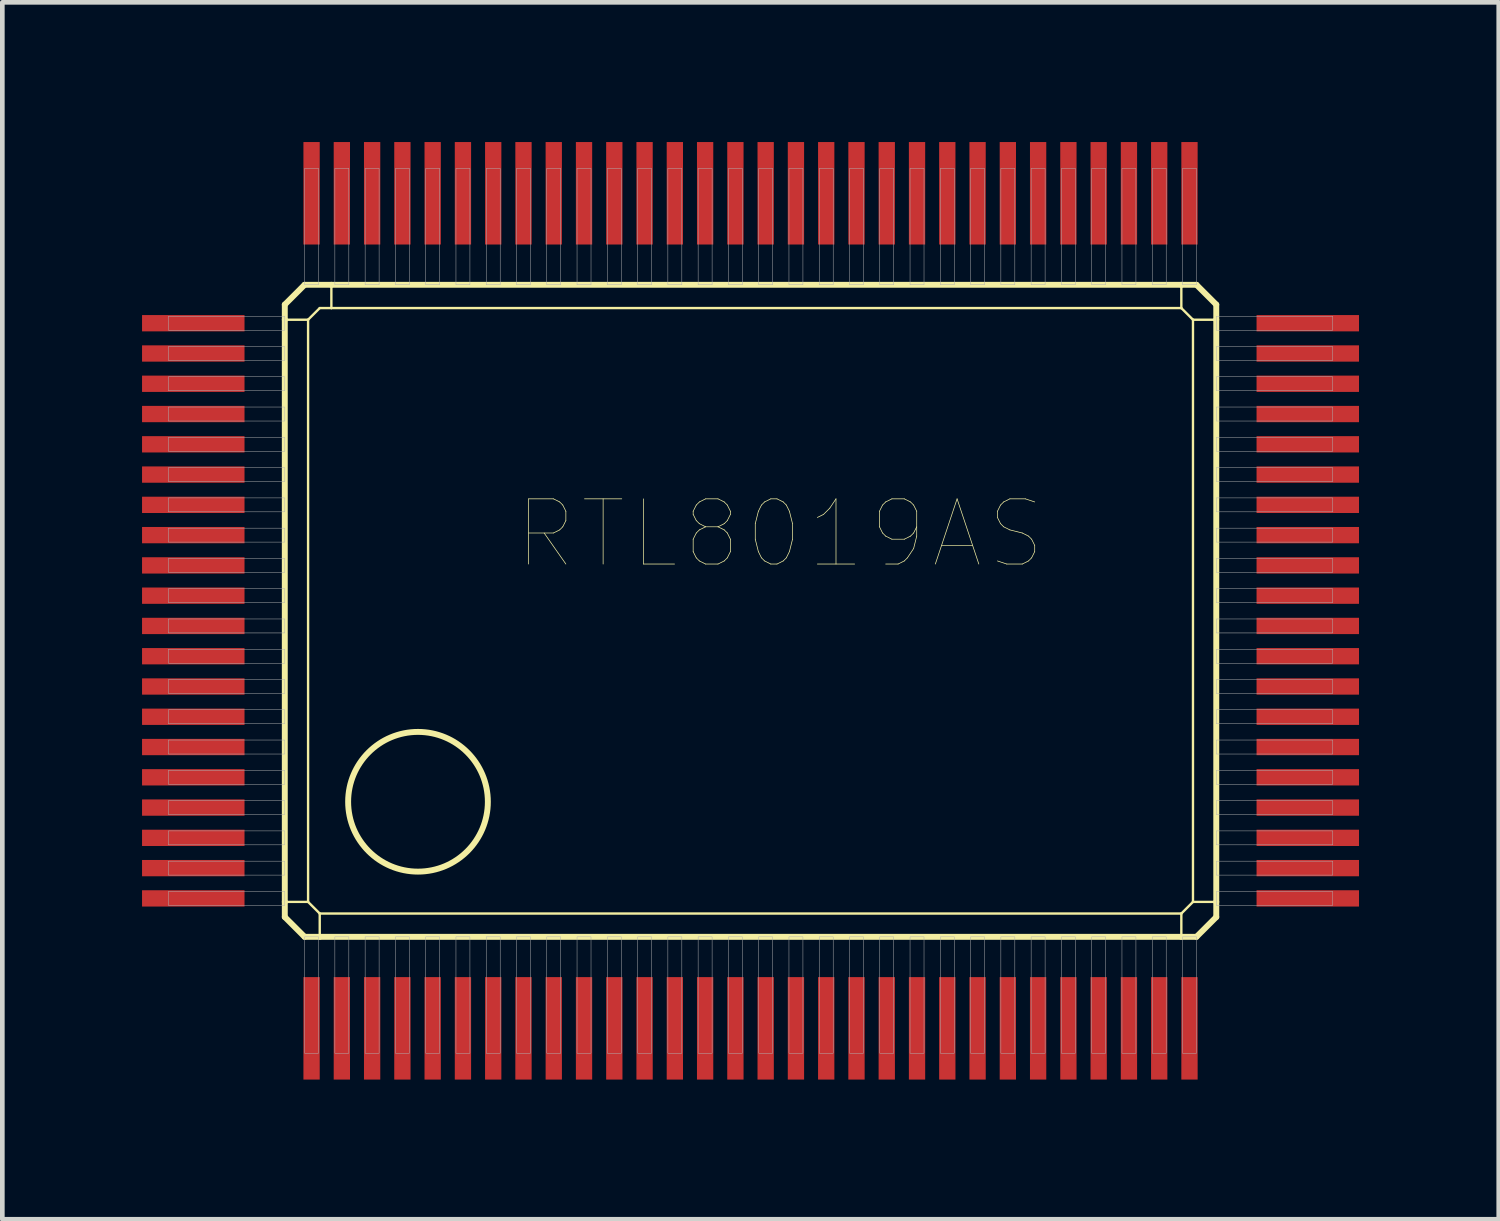
<source format=kicad_pcb>
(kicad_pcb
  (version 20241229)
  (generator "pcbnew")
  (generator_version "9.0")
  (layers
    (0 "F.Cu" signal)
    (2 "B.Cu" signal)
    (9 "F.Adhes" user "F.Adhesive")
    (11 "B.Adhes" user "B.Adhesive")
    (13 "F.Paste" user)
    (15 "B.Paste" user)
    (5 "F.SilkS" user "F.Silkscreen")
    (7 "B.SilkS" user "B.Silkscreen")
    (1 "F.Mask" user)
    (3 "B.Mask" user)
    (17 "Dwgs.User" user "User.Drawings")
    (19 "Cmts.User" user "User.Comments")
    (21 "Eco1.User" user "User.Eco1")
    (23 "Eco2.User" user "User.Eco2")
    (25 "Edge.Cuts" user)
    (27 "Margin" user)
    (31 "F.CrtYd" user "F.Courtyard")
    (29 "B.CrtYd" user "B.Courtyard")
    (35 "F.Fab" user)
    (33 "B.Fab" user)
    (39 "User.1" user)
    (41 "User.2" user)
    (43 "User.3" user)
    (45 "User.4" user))
  (footprint "RTL8019AS"
    (layer "F.Cu")
    (at 13.065 10.065)
    (property "Reference" "RTL8019AS" (at 0.635 -1.651 0) (layer "F.SilkS") (effects (font (size 1.4 1.4) (thickness 0.015))))
    (attr through_hole)
    (fp_line (start -10 -6.575) (end -9.575 -7) (stroke (width 0.127) (type solid)) (layer "F.SilkS"))
    (fp_line (start -10 -6.25) (end -10 -6.575) (stroke (width 0.127) (type solid)) (layer "F.SilkS"))
    (fp_line (start -10 -6.25) (end -9.5 -6.25) (stroke (width 0.051) (type solid)) (layer "F.SilkS"))
    (fp_line (start -10 6.25) (end -10 -6.25) (stroke (width 0.127) (type solid)) (layer "F.SilkS"))
    (fp_line (start -10 6.25) (end -9.5 6.25) (stroke (width 0.051) (type solid)) (layer "F.SilkS"))
    (fp_line (start -10 6.575) (end -10 6.25) (stroke (width 0.127) (type solid)) (layer "F.SilkS"))
    (fp_line (start -9.575 -7) (end -9 -7) (stroke (width 0.127) (type solid)) (layer "F.SilkS"))
    (fp_line (start -9.575 7) (end -10 6.575) (stroke (width 0.127) (type solid)) (layer "F.SilkS"))
    (fp_line (start -9.5 -6.25) (end -9.25 -6.5) (stroke (width 0.051) (type solid)) (layer "F.SilkS"))
    (fp_line (start -9.5 6.25) (end -9.5 -6.25) (stroke (width 0.051) (type solid)) (layer "F.SilkS"))
    (fp_line (start -9.25 -6.5) (end -9 -6.5) (stroke (width 0.051) (type solid)) (layer "F.SilkS"))
    (fp_line (start -9.25 6.5) (end -9.5 6.25) (stroke (width 0.051) (type solid)) (layer "F.SilkS"))
    (fp_line (start -9.25 7) (end -9.575 7) (stroke (width 0.127) (type solid)) (layer "F.SilkS"))
    (fp_line (start -9.25 7) (end -9.25 6.5) (stroke (width 0.051) (type solid)) (layer "F.SilkS"))
    (fp_line (start -9 -7) (end -9 -6.5) (stroke (width 0.051) (type solid)) (layer "F.SilkS"))
    (fp_line (start -9 -7) (end 9.25 -7) (stroke (width 0.127) (type solid)) (layer "F.SilkS"))
    (fp_line (start -9 -6.5) (end 9.25 -6.5) (stroke (width 0.051) (type solid)) (layer "F.SilkS"))
    (fp_line (start 9.25 -7) (end 9.25 -6.5) (stroke (width 0.051) (type solid)) (layer "F.SilkS"))
    (fp_line (start 9.25 -7) (end 9.575 -7) (stroke (width 0.127) (type solid)) (layer "F.SilkS"))
    (fp_line (start 9.25 -6.5) (end 9.5 -6.25) (stroke (width 0.051) (type solid)) (layer "F.SilkS"))
    (fp_line (start 9.25 6.5) (end -9.25 6.5) (stroke (width 0.051) (type solid)) (layer "F.SilkS"))
    (fp_line (start 9.25 6.5) (end 9.25 7) (stroke (width 0.051) (type solid)) (layer "F.SilkS"))
    (fp_line (start 9.25 7) (end -9.25 7) (stroke (width 0.127) (type solid)) (layer "F.SilkS"))
    (fp_line (start 9.5 -6.25) (end 9.5 6.25) (stroke (width 0.051) (type solid)) (layer "F.SilkS"))
    (fp_line (start 9.5 6.25) (end 9.25 6.5) (stroke (width 0.051) (type solid)) (layer "F.SilkS"))
    (fp_line (start 9.575 -7) (end 10 -6.575) (stroke (width 0.127) (type solid)) (layer "F.SilkS"))
    (fp_line (start 9.575 7) (end 9.25 7) (stroke (width 0.127) (type solid)) (layer "F.SilkS"))
    (fp_line (start 10 -6.575) (end 10 -6.25) (stroke (width 0.127) (type solid)) (layer "F.SilkS"))
    (fp_line (start 10 -6.25) (end 9.5 -6.25) (stroke (width 0.051) (type solid)) (layer "F.SilkS"))
    (fp_line (start 10 -6.25) (end 10 6.25) (stroke (width 0.127) (type solid)) (layer "F.SilkS"))
    (fp_line (start 10 6.25) (end 9.5 6.25) (stroke (width 0.051) (type solid)) (layer "F.SilkS"))
    (fp_line (start 10 6.25) (end 10 6.575) (stroke (width 0.127) (type solid)) (layer "F.SilkS"))
    (fp_line (start 10 6.575) (end 9.575 7) (stroke (width 0.127) (type solid)) (layer "F.SilkS"))
    (fp_circle (center -7.14 4.1) (end -5.64 4.1) (stroke (width 0.127) (type solid)) (fill no) (layer "F.SilkS"))
    (fp_poly (pts (xy -12.5 -6.325) (xy -10 -6.325) (xy -10 -6.025) (xy -12.5 -6.025)) (stroke (width 0.01) (type solid)) (fill no) (layer "F.Fab"))
    (fp_poly (pts (xy -12.5 -5.675) (xy -10 -5.675) (xy -10 -5.375) (xy -12.5 -5.375)) (stroke (width 0.01) (type solid)) (fill no) (layer "F.Fab"))
    (fp_poly (pts (xy -12.5 -5.025) (xy -10 -5.025) (xy -10 -4.725) (xy -12.5 -4.725)) (stroke (width 0.01) (type solid)) (fill no) (layer "F.Fab"))
    (fp_poly (pts (xy -12.5 -4.375) (xy -10 -4.375) (xy -10 -4.075) (xy -12.5 -4.075)) (stroke (width 0.01) (type solid)) (fill no) (layer "F.Fab"))
    (fp_poly (pts (xy -12.5 -3.725) (xy -10 -3.725) (xy -10 -3.425) (xy -12.5 -3.425)) (stroke (width 0.01) (type solid)) (fill no) (layer "F.Fab"))
    (fp_poly (pts (xy -12.5 -3.075) (xy -10 -3.075) (xy -10 -2.775) (xy -12.5 -2.775)) (stroke (width 0.01) (type solid)) (fill no) (layer "F.Fab"))
    (fp_poly (pts (xy -12.5 -2.425) (xy -10 -2.425) (xy -10 -2.125) (xy -12.5 -2.125)) (stroke (width 0.01) (type solid)) (fill no) (layer "F.Fab"))
    (fp_poly (pts (xy -12.5 -1.775) (xy -10 -1.775) (xy -10 -1.475) (xy -12.5 -1.475)) (stroke (width 0.01) (type solid)) (fill no) (layer "F.Fab"))
    (fp_poly (pts (xy -12.5 -1.125) (xy -10 -1.125) (xy -10 -0.825) (xy -12.5 -0.825)) (stroke (width 0.01) (type solid)) (fill no) (layer "F.Fab"))
    (fp_poly (pts (xy -12.5 -0.475) (xy -10 -0.475) (xy -10 -0.175) (xy -12.5 -0.175)) (stroke (width 0.01) (type solid)) (fill no) (layer "F.Fab"))
    (fp_poly (pts (xy -12.5 0.175) (xy -10 0.175) (xy -10 0.475) (xy -12.5 0.475)) (stroke (width 0.01) (type solid)) (fill no) (layer "F.Fab"))
    (fp_poly (pts (xy -12.5 0.825) (xy -10 0.825) (xy -10 1.125) (xy -12.5 1.125)) (stroke (width 0.01) (type solid)) (fill no) (layer "F.Fab"))
    (fp_poly (pts (xy -12.5 1.475) (xy -10 1.475) (xy -10 1.775) (xy -12.5 1.775)) (stroke (width 0.01) (type solid)) (fill no) (layer "F.Fab"))
    (fp_poly (pts (xy -12.5 2.125) (xy -10 2.125) (xy -10 2.425) (xy -12.5 2.425)) (stroke (width 0.01) (type solid)) (fill no) (layer "F.Fab"))
    (fp_poly (pts (xy -12.5 2.775) (xy -10 2.775) (xy -10 3.075) (xy -12.5 3.075)) (stroke (width 0.01) (type solid)) (fill no) (layer "F.Fab"))
    (fp_poly (pts (xy -12.5 3.425) (xy -10 3.425) (xy -10 3.725) (xy -12.5 3.725)) (stroke (width 0.01) (type solid)) (fill no) (layer "F.Fab"))
    (fp_poly (pts (xy -12.5 4.075) (xy -10 4.075) (xy -10 4.375) (xy -12.5 4.375)) (stroke (width 0.01) (type solid)) (fill no) (layer "F.Fab"))
    (fp_poly (pts (xy -12.5 4.725) (xy -10 4.725) (xy -10 5.025) (xy -12.5 5.025)) (stroke (width 0.01) (type solid)) (fill no) (layer "F.Fab"))
    (fp_poly (pts (xy -12.5 5.375) (xy -10 5.375) (xy -10 5.675) (xy -12.5 5.675)) (stroke (width 0.01) (type solid)) (fill no) (layer "F.Fab"))
    (fp_poly (pts (xy -12.5 6.025) (xy -10 6.025) (xy -10 6.325) (xy -12.5 6.325)) (stroke (width 0.01) (type solid)) (fill no) (layer "F.Fab"))
    (fp_poly (pts (xy -9.575 -9.5) (xy -9.275 -9.5) (xy -9.275 -7) (xy -9.575 -7)) (stroke (width 0.01) (type solid)) (fill no) (layer "F.Fab"))
    (fp_poly (pts (xy -9.575 7) (xy -9.275 7) (xy -9.275 9.5) (xy -9.575 9.5)) (stroke (width 0.01) (type solid)) (fill no) (layer "F.Fab"))
    (fp_poly (pts (xy -8.925 -9.5) (xy -8.625 -9.5) (xy -8.625 -7) (xy -8.925 -7)) (stroke (width 0.01) (type solid)) (fill no) (layer "F.Fab"))
    (fp_poly (pts (xy -8.925 7) (xy -8.625 7) (xy -8.625 9.5) (xy -8.925 9.5)) (stroke (width 0.01) (type solid)) (fill no) (layer "F.Fab"))
    (fp_poly (pts (xy -8.275 -9.5) (xy -7.975 -9.5) (xy -7.975 -7) (xy -8.275 -7)) (stroke (width 0.01) (type solid)) (fill no) (layer "F.Fab"))
    (fp_poly (pts (xy -8.275 7) (xy -7.975 7) (xy -7.975 9.5) (xy -8.275 9.5)) (stroke (width 0.01) (type solid)) (fill no) (layer "F.Fab"))
    (fp_poly (pts (xy -7.625 -9.5) (xy -7.325 -9.5) (xy -7.325 -7) (xy -7.625 -7)) (stroke (width 0.01) (type solid)) (fill no) (layer "F.Fab"))
    (fp_poly (pts (xy -7.625 7) (xy -7.325 7) (xy -7.325 9.5) (xy -7.625 9.5)) (stroke (width 0.01) (type solid)) (fill no) (layer "F.Fab"))
    (fp_poly (pts (xy -6.975 -9.5) (xy -6.675 -9.5) (xy -6.675 -7) (xy -6.975 -7)) (stroke (width 0.01) (type solid)) (fill no) (layer "F.Fab"))
    (fp_poly (pts (xy -6.975 7) (xy -6.675 7) (xy -6.675 9.5) (xy -6.975 9.5)) (stroke (width 0.01) (type solid)) (fill no) (layer "F.Fab"))
    (fp_poly (pts (xy -6.325 -9.5) (xy -6.025 -9.5) (xy -6.025 -7) (xy -6.325 -7)) (stroke (width 0.01) (type solid)) (fill no) (layer "F.Fab"))
    (fp_poly (pts (xy -6.325 7) (xy -6.025 7) (xy -6.025 9.5) (xy -6.325 9.5)) (stroke (width 0.01) (type solid)) (fill no) (layer "F.Fab"))
    (fp_poly (pts (xy -5.675 -9.5) (xy -5.375 -9.5) (xy -5.375 -7) (xy -5.675 -7)) (stroke (width 0.01) (type solid)) (fill no) (layer "F.Fab"))
    (fp_poly (pts (xy -5.675 7) (xy -5.375 7) (xy -5.375 9.5) (xy -5.675 9.5)) (stroke (width 0.01) (type solid)) (fill no) (layer "F.Fab"))
    (fp_poly (pts (xy -5.025 -9.5) (xy -4.725 -9.5) (xy -4.725 -7) (xy -5.025 -7)) (stroke (width 0.01) (type solid)) (fill no) (layer "F.Fab"))
    (fp_poly (pts (xy -5.025 7) (xy -4.725 7) (xy -4.725 9.5) (xy -5.025 9.5)) (stroke (width 0.01) (type solid)) (fill no) (layer "F.Fab"))
    (fp_poly (pts (xy -4.375 -9.5) (xy -4.075 -9.5) (xy -4.075 -7) (xy -4.375 -7)) (stroke (width 0.01) (type solid)) (fill no) (layer "F.Fab"))
    (fp_poly (pts (xy -4.375 7) (xy -4.075 7) (xy -4.075 9.5) (xy -4.375 9.5)) (stroke (width 0.01) (type solid)) (fill no) (layer "F.Fab"))
    (fp_poly (pts (xy -3.725 -9.5) (xy -3.425 -9.5) (xy -3.425 -7) (xy -3.725 -7)) (stroke (width 0.01) (type solid)) (fill no) (layer "F.Fab"))
    (fp_poly (pts (xy -3.725 7) (xy -3.425 7) (xy -3.425 9.5) (xy -3.725 9.5)) (stroke (width 0.01) (type solid)) (fill no) (layer "F.Fab"))
    (fp_poly (pts (xy -3.075 -9.5) (xy -2.775 -9.5) (xy -2.775 -7) (xy -3.075 -7)) (stroke (width 0.01) (type solid)) (fill no) (layer "F.Fab"))
    (fp_poly (pts (xy -3.075 7) (xy -2.775 7) (xy -2.775 9.5) (xy -3.075 9.5)) (stroke (width 0.01) (type solid)) (fill no) (layer "F.Fab"))
    (fp_poly (pts (xy -2.425 -9.5) (xy -2.125 -9.5) (xy -2.125 -7) (xy -2.425 -7)) (stroke (width 0.01) (type solid)) (fill no) (layer "F.Fab"))
    (fp_poly (pts (xy -2.425 7) (xy -2.125 7) (xy -2.125 9.5) (xy -2.425 9.5)) (stroke (width 0.01) (type solid)) (fill no) (layer "F.Fab"))
    (fp_poly (pts (xy -1.775 -9.5) (xy -1.475 -9.5) (xy -1.475 -7) (xy -1.775 -7)) (stroke (width 0.01) (type solid)) (fill no) (layer "F.Fab"))
    (fp_poly (pts (xy -1.775 7) (xy -1.475 7) (xy -1.475 9.5) (xy -1.775 9.5)) (stroke (width 0.01) (type solid)) (fill no) (layer "F.Fab"))
    (fp_poly (pts (xy -1.125 -9.5) (xy -0.825 -9.5) (xy -0.825 -7) (xy -1.125 -7)) (stroke (width 0.01) (type solid)) (fill no) (layer "F.Fab"))
    (fp_poly (pts (xy -1.125 7) (xy -0.825 7) (xy -0.825 9.5) (xy -1.125 9.5)) (stroke (width 0.01) (type solid)) (fill no) (layer "F.Fab"))
    (fp_poly (pts (xy -0.475 -9.5) (xy -0.175 -9.5) (xy -0.175 -7) (xy -0.475 -7)) (stroke (width 0.01) (type solid)) (fill no) (layer "F.Fab"))
    (fp_poly (pts (xy -0.475 7) (xy -0.175 7) (xy -0.175 9.5) (xy -0.475 9.5)) (stroke (width 0.01) (type solid)) (fill no) (layer "F.Fab"))
    (fp_poly (pts (xy 0.175 -9.5) (xy 0.475 -9.5) (xy 0.475 -7) (xy 0.175 -7)) (stroke (width 0.01) (type solid)) (fill no) (layer "F.Fab"))
    (fp_poly (pts (xy 0.175 7) (xy 0.475 7) (xy 0.475 9.5) (xy 0.175 9.5)) (stroke (width 0.01) (type solid)) (fill no) (layer "F.Fab"))
    (fp_poly (pts (xy 0.825 -9.5) (xy 1.125 -9.5) (xy 1.125 -7) (xy 0.825 -7)) (stroke (width 0.01) (type solid)) (fill no) (layer "F.Fab"))
    (fp_poly (pts (xy 0.825 7) (xy 1.125 7) (xy 1.125 9.5) (xy 0.825 9.5)) (stroke (width 0.01) (type solid)) (fill no) (layer "F.Fab"))
    (fp_poly (pts (xy 1.475 -9.5) (xy 1.775 -9.5) (xy 1.775 -7) (xy 1.475 -7)) (stroke (width 0.01) (type solid)) (fill no) (layer "F.Fab"))
    (fp_poly (pts (xy 1.475 7) (xy 1.775 7) (xy 1.775 9.5) (xy 1.475 9.5)) (stroke (width 0.01) (type solid)) (fill no) (layer "F.Fab"))
    (fp_poly (pts (xy 2.125 -9.5) (xy 2.425 -9.5) (xy 2.425 -7) (xy 2.125 -7)) (stroke (width 0.01) (type solid)) (fill no) (layer "F.Fab"))
    (fp_poly (pts (xy 2.125 7) (xy 2.425 7) (xy 2.425 9.5) (xy 2.125 9.5)) (stroke (width 0.01) (type solid)) (fill no) (layer "F.Fab"))
    (fp_poly (pts (xy 2.775 -9.5) (xy 3.075 -9.5) (xy 3.075 -7) (xy 2.775 -7)) (stroke (width 0.01) (type solid)) (fill no) (layer "F.Fab"))
    (fp_poly (pts (xy 2.775 7) (xy 3.075 7) (xy 3.075 9.5) (xy 2.775 9.5)) (stroke (width 0.01) (type solid)) (fill no) (layer "F.Fab"))
    (fp_poly (pts (xy 3.425 -9.5) (xy 3.725 -9.5) (xy 3.725 -7) (xy 3.425 -7)) (stroke (width 0.01) (type solid)) (fill no) (layer "F.Fab"))
    (fp_poly (pts (xy 3.425 7) (xy 3.725 7) (xy 3.725 9.5) (xy 3.425 9.5)) (stroke (width 0.01) (type solid)) (fill no) (layer "F.Fab"))
    (fp_poly (pts (xy 4.075 -9.5) (xy 4.375 -9.5) (xy 4.375 -7) (xy 4.075 -7)) (stroke (width 0.01) (type solid)) (fill no) (layer "F.Fab"))
    (fp_poly (pts (xy 4.075 7) (xy 4.375 7) (xy 4.375 9.5) (xy 4.075 9.5)) (stroke (width 0.01) (type solid)) (fill no) (layer "F.Fab"))
    (fp_poly (pts (xy 4.725 -9.5) (xy 5.025 -9.5) (xy 5.025 -7) (xy 4.725 -7)) (stroke (width 0.01) (type solid)) (fill no) (layer "F.Fab"))
    (fp_poly (pts (xy 4.725 7) (xy 5.025 7) (xy 5.025 9.5) (xy 4.725 9.5)) (stroke (width 0.01) (type solid)) (fill no) (layer "F.Fab"))
    (fp_poly (pts (xy 5.375 -9.5) (xy 5.675 -9.5) (xy 5.675 -7) (xy 5.375 -7)) (stroke (width 0.01) (type solid)) (fill no) (layer "F.Fab"))
    (fp_poly (pts (xy 5.375 7) (xy 5.675 7) (xy 5.675 9.5) (xy 5.375 9.5)) (stroke (width 0.01) (type solid)) (fill no) (layer "F.Fab"))
    (fp_poly (pts (xy 6.025 -9.5) (xy 6.325 -9.5) (xy 6.325 -7) (xy 6.025 -7)) (stroke (width 0.01) (type solid)) (fill no) (layer "F.Fab"))
    (fp_poly (pts (xy 6.025 7) (xy 6.325 7) (xy 6.325 9.5) (xy 6.025 9.5)) (stroke (width 0.01) (type solid)) (fill no) (layer "F.Fab"))
    (fp_poly (pts (xy 6.675 -9.5) (xy 6.975 -9.5) (xy 6.975 -7) (xy 6.675 -7)) (stroke (width 0.01) (type solid)) (fill no) (layer "F.Fab"))
    (fp_poly (pts (xy 6.675 7) (xy 6.975 7) (xy 6.975 9.5) (xy 6.675 9.5)) (stroke (width 0.01) (type solid)) (fill no) (layer "F.Fab"))
    (fp_poly (pts (xy 7.325 -9.5) (xy 7.625 -9.5) (xy 7.625 -7) (xy 7.325 -7)) (stroke (width 0.01) (type solid)) (fill no) (layer "F.Fab"))
    (fp_poly (pts (xy 7.325 7) (xy 7.625 7) (xy 7.625 9.5) (xy 7.325 9.5)) (stroke (width 0.01) (type solid)) (fill no) (layer "F.Fab"))
    (fp_poly (pts (xy 7.975 -9.5) (xy 8.275 -9.5) (xy 8.275 -7) (xy 7.975 -7)) (stroke (width 0.01) (type solid)) (fill no) (layer "F.Fab"))
    (fp_poly (pts (xy 7.975 7) (xy 8.275 7) (xy 8.275 9.5) (xy 7.975 9.5)) (stroke (width 0.01) (type solid)) (fill no) (layer "F.Fab"))
    (fp_poly (pts (xy 8.625 -9.5) (xy 8.925 -9.5) (xy 8.925 -7) (xy 8.625 -7)) (stroke (width 0.01) (type solid)) (fill no) (layer "F.Fab"))
    (fp_poly (pts (xy 8.625 7) (xy 8.925 7) (xy 8.925 9.5) (xy 8.625 9.5)) (stroke (width 0.01) (type solid)) (fill no) (layer "F.Fab"))
    (fp_poly (pts (xy 9.275 -9.5) (xy 9.575 -9.5) (xy 9.575 -7) (xy 9.275 -7)) (stroke (width 0.01) (type solid)) (fill no) (layer "F.Fab"))
    (fp_poly (pts (xy 9.275 7) (xy 9.575 7) (xy 9.575 9.5) (xy 9.275 9.5)) (stroke (width 0.01) (type solid)) (fill no) (layer "F.Fab"))
    (fp_poly (pts (xy 10 -6.325) (xy 12.5 -6.325) (xy 12.5 -6.025) (xy 10 -6.025)) (stroke (width 0.01) (type solid)) (fill no) (layer "F.Fab"))
    (fp_poly (pts (xy 10 -5.675) (xy 12.5 -5.675) (xy 12.5 -5.375) (xy 10 -5.375)) (stroke (width 0.01) (type solid)) (fill no) (layer "F.Fab"))
    (fp_poly (pts (xy 10 -5.025) (xy 12.5 -5.025) (xy 12.5 -4.725) (xy 10 -4.725)) (stroke (width 0.01) (type solid)) (fill no) (layer "F.Fab"))
    (fp_poly (pts (xy 10 -4.375) (xy 12.5 -4.375) (xy 12.5 -4.075) (xy 10 -4.075)) (stroke (width 0.01) (type solid)) (fill no) (layer "F.Fab"))
    (fp_poly (pts (xy 10 -3.725) (xy 12.5 -3.725) (xy 12.5 -3.425) (xy 10 -3.425)) (stroke (width 0.01) (type solid)) (fill no) (layer "F.Fab"))
    (fp_poly (pts (xy 10 -3.075) (xy 12.5 -3.075) (xy 12.5 -2.775) (xy 10 -2.775)) (stroke (width 0.01) (type solid)) (fill no) (layer "F.Fab"))
    (fp_poly (pts (xy 10 -2.425) (xy 12.5 -2.425) (xy 12.5 -2.125) (xy 10 -2.125)) (stroke (width 0.01) (type solid)) (fill no) (layer "F.Fab"))
    (fp_poly (pts (xy 10 -1.775) (xy 12.5 -1.775) (xy 12.5 -1.475) (xy 10 -1.475)) (stroke (width 0.01) (type solid)) (fill no) (layer "F.Fab"))
    (fp_poly (pts (xy 10 -1.125) (xy 12.5 -1.125) (xy 12.5 -0.825) (xy 10 -0.825)) (stroke (width 0.01) (type solid)) (fill no) (layer "F.Fab"))
    (fp_poly (pts (xy 10 -0.475) (xy 12.5 -0.475) (xy 12.5 -0.175) (xy 10 -0.175)) (stroke (width 0.01) (type solid)) (fill no) (layer "F.Fab"))
    (fp_poly (pts (xy 10 0.175) (xy 12.5 0.175) (xy 12.5 0.475) (xy 10 0.475)) (stroke (width 0.01) (type solid)) (fill no) (layer "F.Fab"))
    (fp_poly (pts (xy 10 0.825) (xy 12.5 0.825) (xy 12.5 1.125) (xy 10 1.125)) (stroke (width 0.01) (type solid)) (fill no) (layer "F.Fab"))
    (fp_poly (pts (xy 10 1.475) (xy 12.5 1.475) (xy 12.5 1.775) (xy 10 1.775)) (stroke (width 0.01) (type solid)) (fill no) (layer "F.Fab"))
    (fp_poly (pts (xy 10 2.125) (xy 12.5 2.125) (xy 12.5 2.425) (xy 10 2.425)) (stroke (width 0.01) (type solid)) (fill no) (layer "F.Fab"))
    (fp_poly (pts (xy 10 2.775) (xy 12.5 2.775) (xy 12.5 3.075) (xy 10 3.075)) (stroke (width 0.01) (type solid)) (fill no) (layer "F.Fab"))
    (fp_poly (pts (xy 10 3.425) (xy 12.5 3.425) (xy 12.5 3.725) (xy 10 3.725)) (stroke (width 0.01) (type solid)) (fill no) (layer "F.Fab"))
    (fp_poly (pts (xy 10 4.075) (xy 12.5 4.075) (xy 12.5 4.375) (xy 10 4.375)) (stroke (width 0.01) (type solid)) (fill no) (layer "F.Fab"))
    (fp_poly (pts (xy 10 4.725) (xy 12.5 4.725) (xy 12.5 5.025) (xy 10 5.025)) (stroke (width 0.01) (type solid)) (fill no) (layer "F.Fab"))
    (fp_poly (pts (xy 10 5.375) (xy 12.5 5.375) (xy 12.5 5.675) (xy 10 5.675)) (stroke (width 0.01) (type solid)) (fill no) (layer "F.Fab"))
    (fp_poly (pts (xy 10 6.025) (xy 12.5 6.025) (xy 12.5 6.325) (xy 10 6.325)) (stroke (width 0.01) (type solid)) (fill no) (layer "F.Fab"))
    (pad "1" smd rect (at -9.425 8.965) (size 0.35 2.2) (layers "F.Cu" "F.Mask" "F.Paste"))
    (pad "2" smd rect (at -8.775 8.965) (size 0.35 2.2) (layers "F.Cu" "F.Mask" "F.Paste"))
    (pad "3" smd rect (at -8.125 8.965) (size 0.35 2.2) (layers "F.Cu" "F.Mask" "F.Paste"))
    (pad "4" smd rect (at -7.475 8.965) (size 0.35 2.2) (layers "F.Cu" "F.Mask" "F.Paste"))
    (pad "5" smd rect (at -6.825 8.965) (size 0.35 2.2) (layers "F.Cu" "F.Mask" "F.Paste"))
    (pad "6" smd rect (at -6.175 8.965) (size 0.35 2.2) (layers "F.Cu" "F.Mask" "F.Paste"))
    (pad "7" smd rect (at -5.525 8.965) (size 0.35 2.2) (layers "F.Cu" "F.Mask" "F.Paste"))
    (pad "8" smd rect (at -4.875 8.965) (size 0.35 2.2) (layers "F.Cu" "F.Mask" "F.Paste"))
    (pad "9" smd rect (at -4.225 8.965) (size 0.35 2.2) (layers "F.Cu" "F.Mask" "F.Paste"))
    (pad "10" smd rect (at -3.575 8.965) (size 0.35 2.2) (layers "F.Cu" "F.Mask" "F.Paste"))
    (pad "11" smd rect (at -2.925 8.965) (size 0.35 2.2) (layers "F.Cu" "F.Mask" "F.Paste"))
    (pad "12" smd rect (at -2.275 8.965) (size 0.35 2.2) (layers "F.Cu" "F.Mask" "F.Paste"))
    (pad "13" smd rect (at -1.625 8.965) (size 0.35 2.2) (layers "F.Cu" "F.Mask" "F.Paste"))
    (pad "14" smd rect (at -0.975 8.965) (size 0.35 2.2) (layers "F.Cu" "F.Mask" "F.Paste"))
    (pad "15" smd rect (at -0.325 8.965) (size 0.35 2.2) (layers "F.Cu" "F.Mask" "F.Paste"))
    (pad "16" smd rect (at 0.325 8.965) (size 0.35 2.2) (layers "F.Cu" "F.Mask" "F.Paste"))
    (pad "17" smd rect (at 0.975 8.965) (size 0.35 2.2) (layers "F.Cu" "F.Mask" "F.Paste"))
    (pad "18" smd rect (at 1.625 8.965) (size 0.35 2.2) (layers "F.Cu" "F.Mask" "F.Paste"))
    (pad "19" smd rect (at 2.275 8.965) (size 0.35 2.2) (layers "F.Cu" "F.Mask" "F.Paste"))
    (pad "20" smd rect (at 2.925 8.965) (size 0.35 2.2) (layers "F.Cu" "F.Mask" "F.Paste"))
    (pad "21" smd rect (at 3.575 8.965) (size 0.35 2.2) (layers "F.Cu" "F.Mask" "F.Paste"))
    (pad "22" smd rect (at 4.225 8.965) (size 0.35 2.2) (layers "F.Cu" "F.Mask" "F.Paste"))
    (pad "23" smd rect (at 4.875 8.965) (size 0.35 2.2) (layers "F.Cu" "F.Mask" "F.Paste"))
    (pad "24" smd rect (at 5.525 8.965) (size 0.35 2.2) (layers "F.Cu" "F.Mask" "F.Paste"))
    (pad "25" smd rect (at 6.175 8.965) (size 0.35 2.2) (layers "F.Cu" "F.Mask" "F.Paste"))
    (pad "26" smd rect (at 6.825 8.965) (size 0.35 2.2) (layers "F.Cu" "F.Mask" "F.Paste"))
    (pad "27" smd rect (at 7.475 8.965) (size 0.35 2.2) (layers "F.Cu" "F.Mask" "F.Paste"))
    (pad "28" smd rect (at 8.125 8.965) (size 0.35 2.2) (layers "F.Cu" "F.Mask" "F.Paste"))
    (pad "29" smd rect (at 8.775 8.965) (size 0.35 2.2) (layers "F.Cu" "F.Mask" "F.Paste"))
    (pad "30" smd rect (at 9.425 8.965) (size 0.35 2.2) (layers "F.Cu" "F.Mask" "F.Paste"))
    (pad "31" smd rect (at 11.965 6.175) (size 2.2 0.35) (layers "F.Cu" "F.Mask" "F.Paste"))
    (pad "32" smd rect (at 11.965 5.525) (size 2.2 0.35) (layers "F.Cu" "F.Mask" "F.Paste"))
    (pad "33" smd rect (at 11.965 4.875) (size 2.2 0.35) (layers "F.Cu" "F.Mask" "F.Paste"))
    (pad "34" smd rect (at 11.965 4.225) (size 2.2 0.35) (layers "F.Cu" "F.Mask" "F.Paste"))
    (pad "35" smd rect (at 11.965 3.575) (size 2.2 0.35) (layers "F.Cu" "F.Mask" "F.Paste"))
    (pad "36" smd rect (at 11.965 2.925) (size 2.2 0.35) (layers "F.Cu" "F.Mask" "F.Paste"))
    (pad "37" smd rect (at 11.965 2.275) (size 2.2 0.35) (layers "F.Cu" "F.Mask" "F.Paste"))
    (pad "38" smd rect (at 11.965 1.625) (size 2.2 0.35) (layers "F.Cu" "F.Mask" "F.Paste"))
    (pad "39" smd rect (at 11.965 0.975) (size 2.2 0.35) (layers "F.Cu" "F.Mask" "F.Paste"))
    (pad "40" smd rect (at 11.965 0.325) (size 2.2 0.35) (layers "F.Cu" "F.Mask" "F.Paste"))
    (pad "41" smd rect (at 11.965 -0.325) (size 2.2 0.35) (layers "F.Cu" "F.Mask" "F.Paste"))
    (pad "42" smd rect (at 11.965 -0.975) (size 2.2 0.35) (layers "F.Cu" "F.Mask" "F.Paste"))
    (pad "43" smd rect (at 11.965 -1.625) (size 2.2 0.35) (layers "F.Cu" "F.Mask" "F.Paste"))
    (pad "44" smd rect (at 11.965 -2.275) (size 2.2 0.35) (layers "F.Cu" "F.Mask" "F.Paste"))
    (pad "45" smd rect (at 11.965 -2.925) (size 2.2 0.35) (layers "F.Cu" "F.Mask" "F.Paste"))
    (pad "46" smd rect (at 11.965 -3.575) (size 2.2 0.35) (layers "F.Cu" "F.Mask" "F.Paste"))
    (pad "47" smd rect (at 11.965 -4.225) (size 2.2 0.35) (layers "F.Cu" "F.Mask" "F.Paste"))
    (pad "48" smd rect (at 11.965 -4.875) (size 2.2 0.35) (layers "F.Cu" "F.Mask" "F.Paste"))
    (pad "49" smd rect (at 11.965 -5.525) (size 2.2 0.35) (layers "F.Cu" "F.Mask" "F.Paste"))
    (pad "50" smd rect (at 11.965 -6.175) (size 2.2 0.35) (layers "F.Cu" "F.Mask" "F.Paste"))
    (pad "51" smd rect (at 9.425 -8.965) (size 0.35 2.2) (layers "F.Cu" "F.Mask" "F.Paste"))
    (pad "52" smd rect (at 8.775 -8.965) (size 0.35 2.2) (layers "F.Cu" "F.Mask" "F.Paste"))
    (pad "53" smd rect (at 8.125 -8.965) (size 0.35 2.2) (layers "F.Cu" "F.Mask" "F.Paste"))
    (pad "54" smd rect (at 7.475 -8.965) (size 0.35 2.2) (layers "F.Cu" "F.Mask" "F.Paste"))
    (pad "55" smd rect (at 6.825 -8.965) (size 0.35 2.2) (layers "F.Cu" "F.Mask" "F.Paste"))
    (pad "56" smd rect (at 6.175 -8.965) (size 0.35 2.2) (layers "F.Cu" "F.Mask" "F.Paste"))
    (pad "57" smd rect (at 5.525 -8.965) (size 0.35 2.2) (layers "F.Cu" "F.Mask" "F.Paste"))
    (pad "58" smd rect (at 4.875 -8.965) (size 0.35 2.2) (layers "F.Cu" "F.Mask" "F.Paste"))
    (pad "59" smd rect (at 4.225 -8.965) (size 0.35 2.2) (layers "F.Cu" "F.Mask" "F.Paste"))
    (pad "60" smd rect (at 3.575 -8.965) (size 0.35 2.2) (layers "F.Cu" "F.Mask" "F.Paste"))
    (pad "61" smd rect (at 2.925 -8.965) (size 0.35 2.2) (layers "F.Cu" "F.Mask" "F.Paste"))
    (pad "62" smd rect (at 2.275 -8.965) (size 0.35 2.2) (layers "F.Cu" "F.Mask" "F.Paste"))
    (pad "63" smd rect (at 1.625 -8.965) (size 0.35 2.2) (layers "F.Cu" "F.Mask" "F.Paste"))
    (pad "64" smd rect (at 0.975 -8.965) (size 0.35 2.2) (layers "F.Cu" "F.Mask" "F.Paste"))
    (pad "65" smd rect (at 0.325 -8.965) (size 0.35 2.2) (layers "F.Cu" "F.Mask" "F.Paste"))
    (pad "66" smd rect (at -0.325 -8.965) (size 0.35 2.2) (layers "F.Cu" "F.Mask" "F.Paste"))
    (pad "67" smd rect (at -0.975 -8.965) (size 0.35 2.2) (layers "F.Cu" "F.Mask" "F.Paste"))
    (pad "68" smd rect (at -1.625 -8.965) (size 0.35 2.2) (layers "F.Cu" "F.Mask" "F.Paste"))
    (pad "69" smd rect (at -2.275 -8.965) (size 0.35 2.2) (layers "F.Cu" "F.Mask" "F.Paste"))
    (pad "70" smd rect (at -2.925 -8.965) (size 0.35 2.2) (layers "F.Cu" "F.Mask" "F.Paste"))
    (pad "71" smd rect (at -3.575 -8.965) (size 0.35 2.2) (layers "F.Cu" "F.Mask" "F.Paste"))
    (pad "72" smd rect (at -4.225 -8.965) (size 0.35 2.2) (layers "F.Cu" "F.Mask" "F.Paste"))
    (pad "73" smd rect (at -4.875 -8.965) (size 0.35 2.2) (layers "F.Cu" "F.Mask" "F.Paste"))
    (pad "74" smd rect (at -5.525 -8.965) (size 0.35 2.2) (layers "F.Cu" "F.Mask" "F.Paste"))
    (pad "75" smd rect (at -6.175 -8.965) (size 0.35 2.2) (layers "F.Cu" "F.Mask" "F.Paste"))
    (pad "76" smd rect (at -6.825 -8.965) (size 0.35 2.2) (layers "F.Cu" "F.Mask" "F.Paste"))
    (pad "77" smd rect (at -7.475 -8.965) (size 0.35 2.2) (layers "F.Cu" "F.Mask" "F.Paste"))
    (pad "78" smd rect (at -8.125 -8.965) (size 0.35 2.2) (layers "F.Cu" "F.Mask" "F.Paste"))
    (pad "79" smd rect (at -8.775 -8.965) (size 0.35 2.2) (layers "F.Cu" "F.Mask" "F.Paste"))
    (pad "80" smd rect (at -9.425 -8.965) (size 0.35 2.2) (layers "F.Cu" "F.Mask" "F.Paste"))
    (pad "81" smd rect (at -11.965 -6.175) (size 2.2 0.35) (layers "F.Cu" "F.Mask" "F.Paste"))
    (pad "82" smd rect (at -11.965 -5.525) (size 2.2 0.35) (layers "F.Cu" "F.Mask" "F.Paste"))
    (pad "83" smd rect (at -11.965 -4.875) (size 2.2 0.35) (layers "F.Cu" "F.Mask" "F.Paste"))
    (pad "84" smd rect (at -11.965 -4.225) (size 2.2 0.35) (layers "F.Cu" "F.Mask" "F.Paste"))
    (pad "85" smd rect (at -11.965 -3.575) (size 2.2 0.35) (layers "F.Cu" "F.Mask" "F.Paste"))
    (pad "86" smd rect (at -11.965 -2.925) (size 2.2 0.35) (layers "F.Cu" "F.Mask" "F.Paste"))
    (pad "87" smd rect (at -11.965 -2.275) (size 2.2 0.35) (layers "F.Cu" "F.Mask" "F.Paste"))
    (pad "88" smd rect (at -11.965 -1.625) (size 2.2 0.35) (layers "F.Cu" "F.Mask" "F.Paste"))
    (pad "89" smd rect (at -11.965 -0.975) (size 2.2 0.35) (layers "F.Cu" "F.Mask" "F.Paste"))
    (pad "90" smd rect (at -11.965 -0.325) (size 2.2 0.35) (layers "F.Cu" "F.Mask" "F.Paste"))
    (pad "91" smd rect (at -11.965 0.325) (size 2.2 0.35) (layers "F.Cu" "F.Mask" "F.Paste"))
    (pad "92" smd rect (at -11.965 0.975) (size 2.2 0.35) (layers "F.Cu" "F.Mask" "F.Paste"))
    (pad "93" smd rect (at -11.965 1.625) (size 2.2 0.35) (layers "F.Cu" "F.Mask" "F.Paste"))
    (pad "94" smd rect (at -11.965 2.275) (size 2.2 0.35) (layers "F.Cu" "F.Mask" "F.Paste"))
    (pad "95" smd rect (at -11.965 2.925) (size 2.2 0.35) (layers "F.Cu" "F.Mask" "F.Paste"))
    (pad "96" smd rect (at -11.965 3.575) (size 2.2 0.35) (layers "F.Cu" "F.Mask" "F.Paste"))
    (pad "97" smd rect (at -11.965 4.225) (size 2.2 0.35) (layers "F.Cu" "F.Mask" "F.Paste"))
    (pad "98" smd rect (at -11.965 4.875) (size 2.2 0.35) (layers "F.Cu" "F.Mask" "F.Paste"))
    (pad "99" smd rect (at -11.965 5.525) (size 2.2 0.35) (layers "F.Cu" "F.Mask" "F.Paste"))
    (pad "100" smd rect (at -11.965 6.175) (size 2.2 0.35) (layers "F.Cu" "F.Mask" "F.Paste")))
  (gr_rect
    (start -3 -3)
    (end 29.13 23.13)
    (stroke (width 0.1) (type default))
    (fill no)
    (layer "Edge.Cuts")))
</source>
